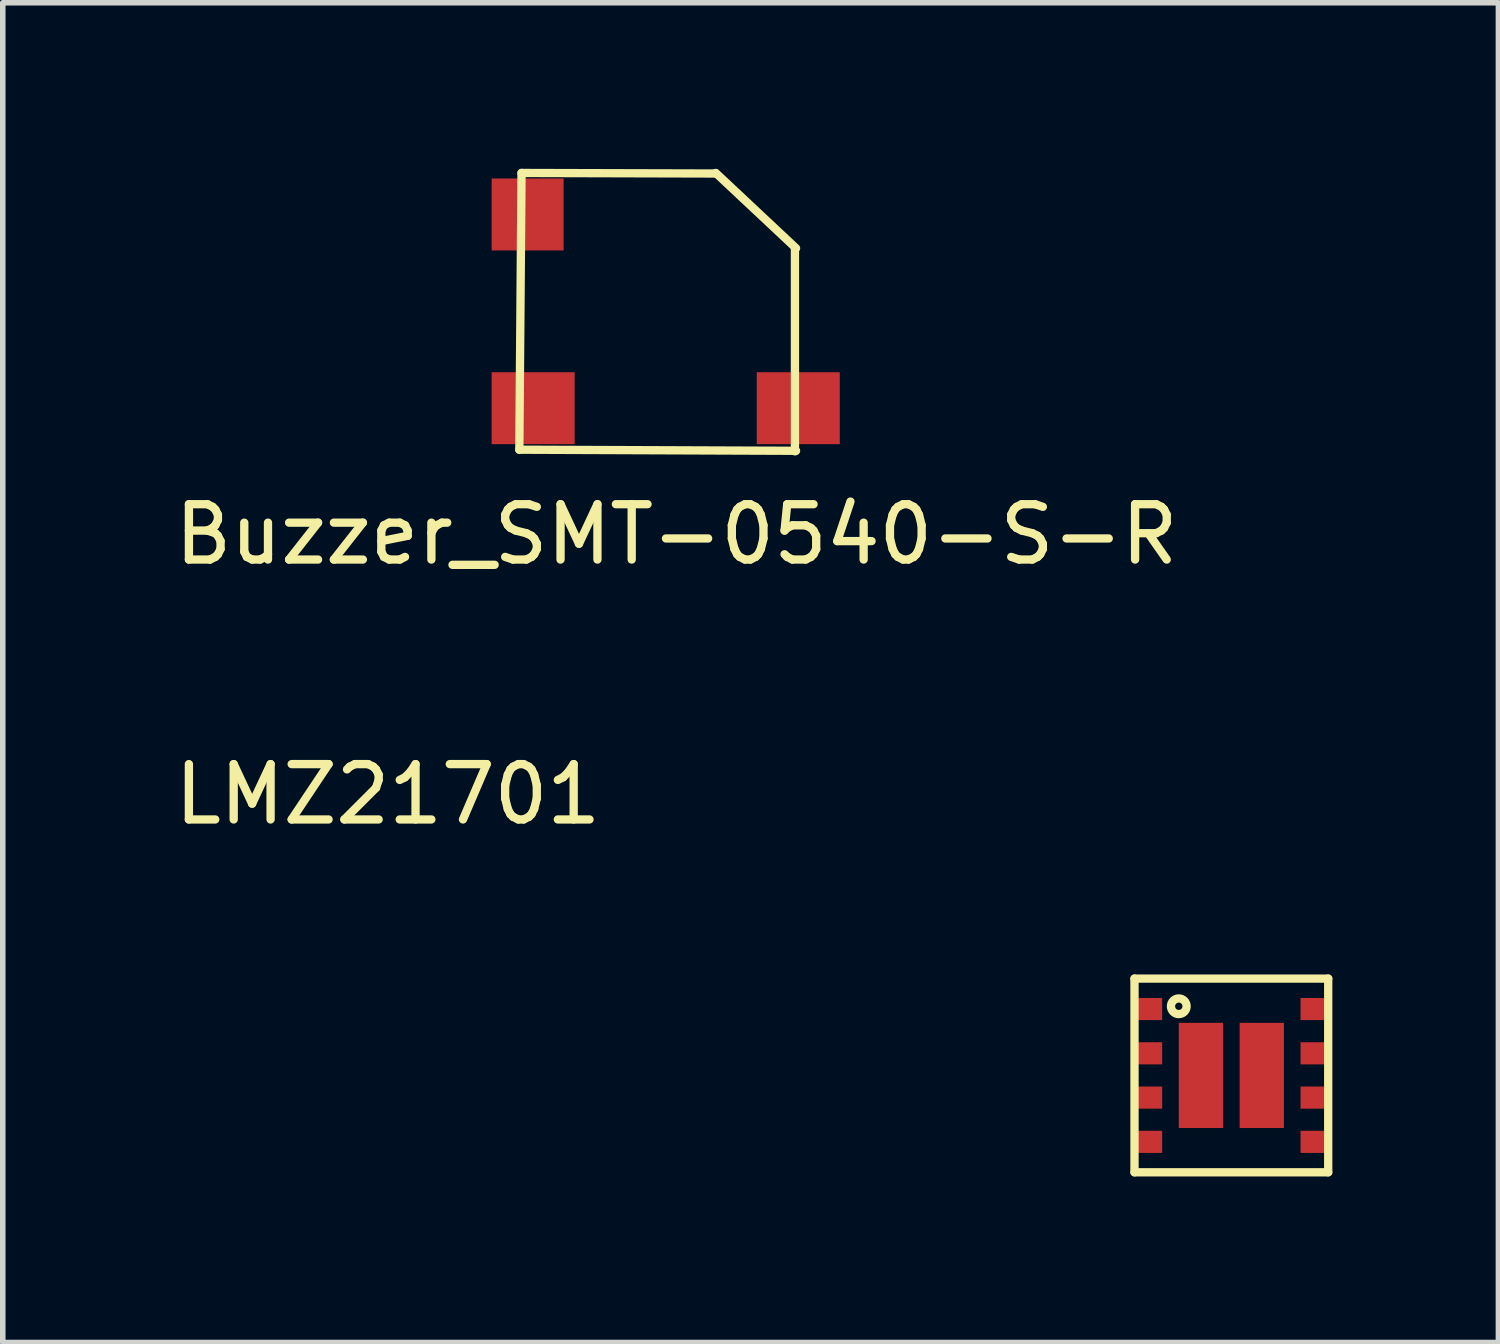
<source format=kicad_pcb>
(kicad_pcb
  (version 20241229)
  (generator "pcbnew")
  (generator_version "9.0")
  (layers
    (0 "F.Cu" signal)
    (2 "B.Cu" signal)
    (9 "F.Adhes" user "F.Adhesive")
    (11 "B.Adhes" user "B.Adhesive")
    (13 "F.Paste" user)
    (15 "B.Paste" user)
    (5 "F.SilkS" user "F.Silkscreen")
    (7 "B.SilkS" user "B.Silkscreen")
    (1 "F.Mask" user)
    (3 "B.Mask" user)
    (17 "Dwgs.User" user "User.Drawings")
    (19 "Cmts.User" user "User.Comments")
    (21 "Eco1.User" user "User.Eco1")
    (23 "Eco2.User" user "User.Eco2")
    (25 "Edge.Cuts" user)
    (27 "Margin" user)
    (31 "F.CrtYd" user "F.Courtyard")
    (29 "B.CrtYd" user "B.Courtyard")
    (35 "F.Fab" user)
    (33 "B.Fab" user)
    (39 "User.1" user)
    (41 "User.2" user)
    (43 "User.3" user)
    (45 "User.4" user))
  (footprint "Buzzer_SMT-0540-S-R"
    (layer "F.Cu")
    (at 8.833 2.725)
    (property "Reference" "Buzzer_SMT-0540-S-R" (at 0.34 3.88 0) (layer "F.SilkS") (effects (font (size 1 1) (thickness 0.15))))
    (attr through_hole)
    (fp_line (start -2.5 2.35) (end 2.5 2.37) (stroke (width 0.15) (type solid)) (layer "F.SilkS"))
    (fp_line (start -2.46 -2.65) (end -2.5 2.35) (stroke (width 0.15) (type solid)) (layer "F.SilkS"))
    (fp_line (start -2.46 -2.65) (end 1.05 -2.64) (stroke (width 0.15) (type solid)) (layer "F.SilkS"))
    (fp_line (start 1.05 -2.65) (end 2.5 -1.29) (stroke (width 0.15) (type solid)) (layer "F.SilkS"))
    (fp_line (start 2.48 -1.29) (end 2.48 2.38) (stroke (width 0.15) (type solid)) (layer "F.SilkS"))
    (pad "" smd rect (at -2.35 -1.9) (size 1.3 1.3) (layers "F.Cu" "F.Mask" "F.Paste"))
    (pad "1" smd rect (at -2.25 1.6) (size 1.5 1.3) (layers "F.Cu" "F.Mask" "F.Paste"))
    (pad "2" smd rect (at 2.54 1.6) (size 1.5 1.3) (layers "F.Cu" "F.Mask" "F.Paste")))
  (footprint "LMZ21701"
    (layer "F.Cu")
    (at 19.198 16.381)
    (property "Reference" "LMZ21701" (at -15.24 -5.08 0) (layer "F.SilkS") (effects (font (size 1 1) (thickness 0.15))))
    (attr through_hole)
    (fp_line (start -1.75 -1.75) (end 1.75 -1.75) (stroke (width 0.15) (type solid)) (layer "F.SilkS"))
    (fp_line (start -1.75 1.75) (end -1.75 -1.75) (stroke (width 0.15) (type solid)) (layer "F.SilkS"))
    (fp_line (start 1.75 -1.75) (end 1.75 1.75) (stroke (width 0.15) (type solid)) (layer "F.SilkS"))
    (fp_line (start 1.75 1.75) (end -1.75 1.75) (stroke (width 0.15) (type solid)) (layer "F.SilkS"))
    (fp_circle (center -0.95 -1.25) (end -0.85 -1.15) (stroke (width 0.15) (type solid)) (fill no) (layer "F.SilkS"))
    (pad "1" smd rect (at -1.475 -1.2) (size 0.45 0.4) (layers "F.Cu" "F.Mask" "F.Paste"))
    (pad "2" smd rect (at -1.475 -0.4) (size 0.45 0.4) (layers "F.Cu" "F.Mask" "F.Paste"))
    (pad "3" smd rect (at -1.475 0.4) (size 0.45 0.4) (layers "F.Cu" "F.Mask" "F.Paste"))
    (pad "4" smd rect (at -1.475 1.2) (size 0.45 0.4) (layers "F.Cu" "F.Mask" "F.Paste"))
    (pad "5" smd rect (at -0.55 0) (size 0.8 1.9) (layers "F.Cu" "F.Mask" "F.Paste"))
    (pad "5" smd rect (at 0.55 0) (size 0.8 1.9) (layers "F.Cu" "F.Mask" "F.Paste"))
    (pad "5" smd rect (at 1.475 1.2) (size 0.45 0.4) (layers "F.Cu" "F.Mask" "F.Paste"))
    (pad "6" smd rect (at 1.475 0.4) (size 0.45 0.4) (layers "F.Cu" "F.Mask" "F.Paste"))
    (pad "7" smd rect (at 1.475 -0.4) (size 0.45 0.4) (layers "F.Cu" "F.Mask" "F.Paste"))
    (pad "8" smd rect (at 1.475 -1.2) (size 0.45 0.4) (layers "F.Cu" "F.Mask" "F.Paste")))
  (gr_rect
    (start -3 -3)
    (end 24.023 21.206)
    (stroke (width 0.1) (type default))
    (fill no)
    (layer "Edge.Cuts")))
</source>
